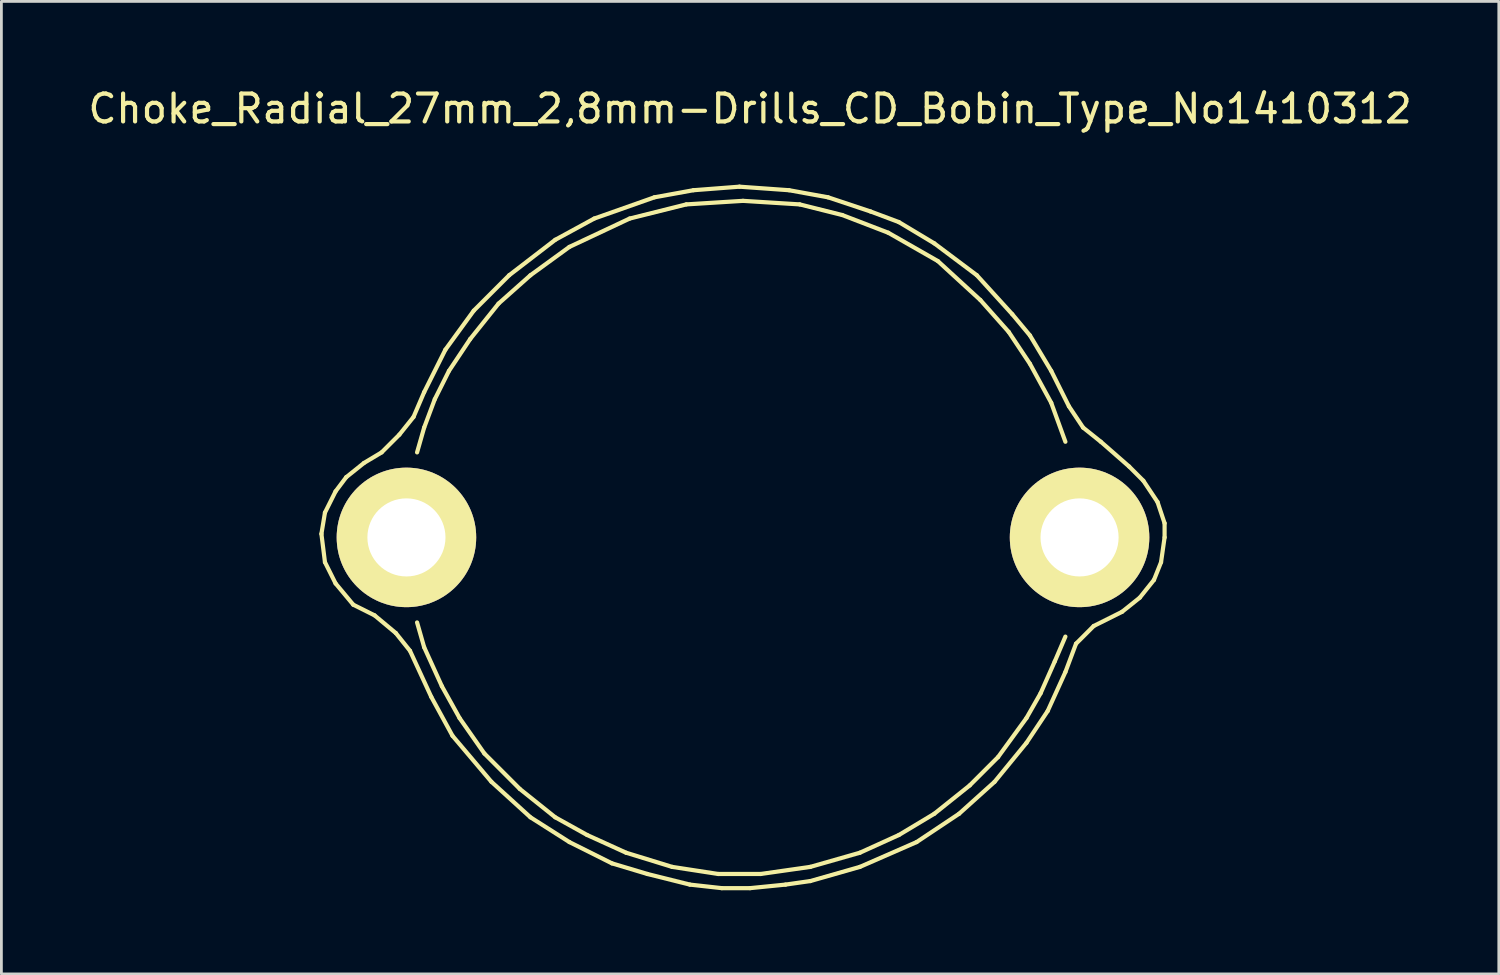
<source format=kicad_pcb>
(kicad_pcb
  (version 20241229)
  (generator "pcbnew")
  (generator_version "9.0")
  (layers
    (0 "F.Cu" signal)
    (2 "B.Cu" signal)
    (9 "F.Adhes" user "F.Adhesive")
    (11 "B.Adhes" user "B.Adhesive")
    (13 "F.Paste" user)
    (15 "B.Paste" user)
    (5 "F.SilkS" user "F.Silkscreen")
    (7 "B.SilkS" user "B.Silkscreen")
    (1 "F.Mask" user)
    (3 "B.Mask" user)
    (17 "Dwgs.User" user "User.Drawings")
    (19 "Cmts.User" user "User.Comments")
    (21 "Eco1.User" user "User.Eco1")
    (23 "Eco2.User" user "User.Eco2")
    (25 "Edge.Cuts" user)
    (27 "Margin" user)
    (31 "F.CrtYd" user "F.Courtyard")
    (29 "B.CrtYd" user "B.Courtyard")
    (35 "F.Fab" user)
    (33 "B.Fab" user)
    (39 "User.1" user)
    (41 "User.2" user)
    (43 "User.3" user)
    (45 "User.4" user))
  (footprint "Choke_Radial_27mm_2,8mm-Drills_CD_Bobin_Type_No1410312"
    (layer "F.Cu")
    (at 23.585 16.215)
    (property "Reference" "Choke_Radial_27mm_2,8mm-Drills_CD_Bobin_Type_No1410312" (at 0.254 -15.367 0) (layer "F.SilkS") (effects (font (size 1 1) (thickness 0.15))))
    (attr through_hole)
    (fp_line (start -15.113 -0.127) (end -14.986 -0.889) (stroke (width 0.15) (type solid)) (layer "F.SilkS"))
    (fp_line (start -14.986 -0.889) (end -14.605 -1.651) (stroke (width 0.15) (type solid)) (layer "F.SilkS"))
    (fp_line (start -14.986 0.889) (end -15.113 -0.127) (stroke (width 0.15) (type solid)) (layer "F.SilkS"))
    (fp_line (start -14.605 -1.651) (end -14.224 -2.159) (stroke (width 0.15) (type solid)) (layer "F.SilkS"))
    (fp_line (start -14.605 1.651) (end -14.986 0.889) (stroke (width 0.15) (type solid)) (layer "F.SilkS"))
    (fp_line (start -14.224 -2.159) (end -13.589 -2.667) (stroke (width 0.15) (type solid)) (layer "F.SilkS"))
    (fp_line (start -13.97 2.413) (end -14.605 1.651) (stroke (width 0.15) (type solid)) (layer "F.SilkS"))
    (fp_line (start -13.589 -2.667) (end -12.954 -3.048) (stroke (width 0.15) (type solid)) (layer "F.SilkS"))
    (fp_line (start -13.208 2.794) (end -13.97 2.413) (stroke (width 0.15) (type solid)) (layer "F.SilkS"))
    (fp_line (start -12.954 -3.048) (end -12.319 -3.683) (stroke (width 0.15) (type solid)) (layer "F.SilkS"))
    (fp_line (start -12.446 3.429) (end -13.208 2.794) (stroke (width 0.15) (type solid)) (layer "F.SilkS"))
    (fp_line (start -12.319 -3.683) (end -11.811 -4.318) (stroke (width 0.15) (type solid)) (layer "F.SilkS"))
    (fp_line (start -11.938 4.064) (end -12.446 3.429) (stroke (width 0.15) (type solid)) (layer "F.SilkS"))
    (fp_line (start -11.811 -4.318) (end -11.43 -5.207) (stroke (width 0.15) (type solid)) (layer "F.SilkS"))
    (fp_line (start -11.684 -3.048) (end -11.43 -3.937) (stroke (width 0.15) (type solid)) (layer "F.SilkS"))
    (fp_line (start -11.43 -5.207) (end -10.668 -6.731) (stroke (width 0.15) (type solid)) (layer "F.SilkS"))
    (fp_line (start -11.43 -3.937) (end -11.049 -4.953) (stroke (width 0.15) (type solid)) (layer "F.SilkS"))
    (fp_line (start -11.43 3.937) (end -11.684 3.048) (stroke (width 0.15) (type solid)) (layer "F.SilkS"))
    (fp_line (start -11.176 5.715) (end -11.938 4.064) (stroke (width 0.15) (type solid)) (layer "F.SilkS"))
    (fp_line (start -11.049 -4.953) (end -10.541 -5.969) (stroke (width 0.15) (type solid)) (layer "F.SilkS"))
    (fp_line (start -10.795 5.334) (end -11.43 3.937) (stroke (width 0.15) (type solid)) (layer "F.SilkS"))
    (fp_line (start -10.668 -6.731) (end -9.652 -8.128) (stroke (width 0.15) (type solid)) (layer "F.SilkS"))
    (fp_line (start -10.541 -5.969) (end -9.779 -7.112) (stroke (width 0.15) (type solid)) (layer "F.SilkS"))
    (fp_line (start -10.414 7.112) (end -11.176 5.715) (stroke (width 0.15) (type solid)) (layer "F.SilkS"))
    (fp_line (start -10.16 6.477) (end -10.795 5.334) (stroke (width 0.15) (type solid)) (layer "F.SilkS"))
    (fp_line (start -9.779 -7.112) (end -8.763 -8.382) (stroke (width 0.15) (type solid)) (layer "F.SilkS"))
    (fp_line (start -9.652 -8.128) (end -8.382 -9.398) (stroke (width 0.15) (type solid)) (layer "F.SilkS"))
    (fp_line (start -9.271 7.747) (end -10.16 6.477) (stroke (width 0.15) (type solid)) (layer "F.SilkS"))
    (fp_line (start -9.017 8.763) (end -10.414 7.112) (stroke (width 0.15) (type solid)) (layer "F.SilkS"))
    (fp_line (start -8.763 -8.382) (end -7.62 -9.398) (stroke (width 0.15) (type solid)) (layer "F.SilkS"))
    (fp_line (start -8.382 -9.398) (end -6.731 -10.668) (stroke (width 0.15) (type solid)) (layer "F.SilkS"))
    (fp_line (start -8.001 9.017) (end -9.271 7.747) (stroke (width 0.15) (type solid)) (layer "F.SilkS"))
    (fp_line (start -7.62 -9.398) (end -6.223 -10.414) (stroke (width 0.15) (type solid)) (layer "F.SilkS"))
    (fp_line (start -7.62 10.033) (end -9.017 8.763) (stroke (width 0.15) (type solid)) (layer "F.SilkS"))
    (fp_line (start -6.731 -10.668) (end -5.334 -11.43) (stroke (width 0.15) (type solid)) (layer "F.SilkS"))
    (fp_line (start -6.731 10.033) (end -8.001 9.017) (stroke (width 0.15) (type solid)) (layer "F.SilkS"))
    (fp_line (start -6.223 -10.414) (end -4.064 -11.43) (stroke (width 0.15) (type solid)) (layer "F.SilkS"))
    (fp_line (start -6.223 10.922) (end -7.62 10.033) (stroke (width 0.15) (type solid)) (layer "F.SilkS"))
    (fp_line (start -5.588 10.668) (end -6.731 10.033) (stroke (width 0.15) (type solid)) (layer "F.SilkS"))
    (fp_line (start -5.334 -11.43) (end -3.175 -12.192) (stroke (width 0.15) (type solid)) (layer "F.SilkS"))
    (fp_line (start -4.699 11.684) (end -6.223 10.922) (stroke (width 0.15) (type solid)) (layer "F.SilkS"))
    (fp_line (start -4.191 11.303) (end -5.588 10.668) (stroke (width 0.15) (type solid)) (layer "F.SilkS"))
    (fp_line (start -4.064 -11.43) (end -2.032 -11.938) (stroke (width 0.15) (type solid)) (layer "F.SilkS"))
    (fp_line (start -3.429 12.065) (end -4.699 11.684) (stroke (width 0.15) (type solid)) (layer "F.SilkS"))
    (fp_line (start -3.175 -12.192) (end -1.778 -12.446) (stroke (width 0.15) (type solid)) (layer "F.SilkS"))
    (fp_line (start -2.54 11.811) (end -4.191 11.303) (stroke (width 0.15) (type solid)) (layer "F.SilkS"))
    (fp_line (start -2.032 -11.938) (end 0 -12.065) (stroke (width 0.15) (type solid)) (layer "F.SilkS"))
    (fp_line (start -1.905 12.446) (end -3.429 12.065) (stroke (width 0.15) (type solid)) (layer "F.SilkS"))
    (fp_line (start -1.778 -12.446) (end -0.127 -12.573) (stroke (width 0.15) (type solid)) (layer "F.SilkS"))
    (fp_line (start -0.889 12.065) (end -2.54 11.811) (stroke (width 0.15) (type solid)) (layer "F.SilkS"))
    (fp_line (start -0.762 12.573) (end -1.905 12.446) (stroke (width 0.15) (type solid)) (layer "F.SilkS"))
    (fp_line (start -0.127 -12.573) (end 1.651 -12.446) (stroke (width 0.15) (type solid)) (layer "F.SilkS"))
    (fp_line (start 0 -12.065) (end 2.032 -11.938) (stroke (width 0.15) (type solid)) (layer "F.SilkS"))
    (fp_line (start 0.254 12.573) (end -0.762 12.573) (stroke (width 0.15) (type solid)) (layer "F.SilkS"))
    (fp_line (start 0.635 12.065) (end -0.889 12.065) (stroke (width 0.15) (type solid)) (layer "F.SilkS"))
    (fp_line (start 1.524 12.446) (end 0.254 12.573) (stroke (width 0.15) (type solid)) (layer "F.SilkS"))
    (fp_line (start 1.651 -12.446) (end 3.048 -12.192) (stroke (width 0.15) (type solid)) (layer "F.SilkS"))
    (fp_line (start 2.032 -11.938) (end 3.556 -11.557) (stroke (width 0.15) (type solid)) (layer "F.SilkS"))
    (fp_line (start 2.413 11.811) (end 0.635 12.065) (stroke (width 0.15) (type solid)) (layer "F.SilkS"))
    (fp_line (start 2.413 12.319) (end 1.524 12.446) (stroke (width 0.15) (type solid)) (layer "F.SilkS"))
    (fp_line (start 3.048 -12.192) (end 4.572 -11.684) (stroke (width 0.15) (type solid)) (layer "F.SilkS"))
    (fp_line (start 3.556 -11.557) (end 5.207 -10.922) (stroke (width 0.15) (type solid)) (layer "F.SilkS"))
    (fp_line (start 4.191 11.303) (end 2.413 11.811) (stroke (width 0.15) (type solid)) (layer "F.SilkS"))
    (fp_line (start 4.191 11.811) (end 2.413 12.319) (stroke (width 0.15) (type solid)) (layer "F.SilkS"))
    (fp_line (start 4.572 -11.684) (end 5.588 -11.303) (stroke (width 0.15) (type solid)) (layer "F.SilkS"))
    (fp_line (start 5.207 -10.922) (end 6.985 -9.906) (stroke (width 0.15) (type solid)) (layer "F.SilkS"))
    (fp_line (start 5.588 -11.303) (end 6.858 -10.541) (stroke (width 0.15) (type solid)) (layer "F.SilkS"))
    (fp_line (start 5.588 10.668) (end 4.191 11.303) (stroke (width 0.15) (type solid)) (layer "F.SilkS"))
    (fp_line (start 6.223 10.922) (end 4.191 11.811) (stroke (width 0.15) (type solid)) (layer "F.SilkS"))
    (fp_line (start 6.858 -10.541) (end 8.382 -9.398) (stroke (width 0.15) (type solid)) (layer "F.SilkS"))
    (fp_line (start 6.858 9.906) (end 5.588 10.668) (stroke (width 0.15) (type solid)) (layer "F.SilkS"))
    (fp_line (start 6.985 -9.906) (end 8.509 -8.509) (stroke (width 0.15) (type solid)) (layer "F.SilkS"))
    (fp_line (start 7.747 9.906) (end 6.223 10.922) (stroke (width 0.15) (type solid)) (layer "F.SilkS"))
    (fp_line (start 8.128 8.89) (end 6.858 9.906) (stroke (width 0.15) (type solid)) (layer "F.SilkS"))
    (fp_line (start 8.382 -9.398) (end 9.652 -8.001) (stroke (width 0.15) (type solid)) (layer "F.SilkS"))
    (fp_line (start 8.509 -8.509) (end 9.525 -7.366) (stroke (width 0.15) (type solid)) (layer "F.SilkS"))
    (fp_line (start 9.017 8.763) (end 7.747 9.906) (stroke (width 0.15) (type solid)) (layer "F.SilkS"))
    (fp_line (start 9.144 7.874) (end 8.128 8.89) (stroke (width 0.15) (type solid)) (layer "F.SilkS"))
    (fp_line (start 9.525 -7.366) (end 10.287 -6.223) (stroke (width 0.15) (type solid)) (layer "F.SilkS"))
    (fp_line (start 9.652 -8.001) (end 10.287 -7.239) (stroke (width 0.15) (type solid)) (layer "F.SilkS"))
    (fp_line (start 10.16 6.477) (end 9.144 7.874) (stroke (width 0.15) (type solid)) (layer "F.SilkS"))
    (fp_line (start 10.16 7.366) (end 9.017 8.763) (stroke (width 0.15) (type solid)) (layer "F.SilkS"))
    (fp_line (start 10.287 -7.239) (end 11.049 -5.969) (stroke (width 0.15) (type solid)) (layer "F.SilkS"))
    (fp_line (start 10.287 -6.223) (end 11.049 -4.826) (stroke (width 0.15) (type solid)) (layer "F.SilkS"))
    (fp_line (start 10.668 5.588) (end 10.16 6.477) (stroke (width 0.15) (type solid)) (layer "F.SilkS"))
    (fp_line (start 10.922 6.223) (end 10.16 7.366) (stroke (width 0.15) (type solid)) (layer "F.SilkS"))
    (fp_line (start 11.049 -5.969) (end 11.684 -4.699) (stroke (width 0.15) (type solid)) (layer "F.SilkS"))
    (fp_line (start 11.049 -4.826) (end 11.557 -3.429) (stroke (width 0.15) (type solid)) (layer "F.SilkS"))
    (fp_line (start 11.176 4.445) (end 10.668 5.588) (stroke (width 0.15) (type solid)) (layer "F.SilkS"))
    (fp_line (start 11.557 3.556) (end 11.176 4.445) (stroke (width 0.15) (type solid)) (layer "F.SilkS"))
    (fp_line (start 11.557 4.826) (end 10.922 6.223) (stroke (width 0.15) (type solid)) (layer "F.SilkS"))
    (fp_line (start 11.684 -4.699) (end 12.192 -3.937) (stroke (width 0.15) (type solid)) (layer "F.SilkS"))
    (fp_line (start 11.938 3.81) (end 11.557 4.826) (stroke (width 0.15) (type solid)) (layer "F.SilkS"))
    (fp_line (start 12.192 -3.937) (end 12.827 -3.429) (stroke (width 0.15) (type solid)) (layer "F.SilkS"))
    (fp_line (start 12.573 3.175) (end 11.938 3.81) (stroke (width 0.15) (type solid)) (layer "F.SilkS"))
    (fp_line (start 12.827 -3.429) (end 13.843 -2.54) (stroke (width 0.15) (type solid)) (layer "F.SilkS"))
    (fp_line (start 13.589 2.667) (end 12.573 3.175) (stroke (width 0.15) (type solid)) (layer "F.SilkS"))
    (fp_line (start 13.843 -2.54) (end 14.351 -2.032) (stroke (width 0.15) (type solid)) (layer "F.SilkS"))
    (fp_line (start 14.224 2.159) (end 13.589 2.667) (stroke (width 0.15) (type solid)) (layer "F.SilkS"))
    (fp_line (start 14.351 -2.032) (end 14.859 -1.27) (stroke (width 0.15) (type solid)) (layer "F.SilkS"))
    (fp_line (start 14.732 1.524) (end 14.224 2.159) (stroke (width 0.15) (type solid)) (layer "F.SilkS"))
    (fp_line (start 14.859 -1.27) (end 15.113 -0.508) (stroke (width 0.15) (type solid)) (layer "F.SilkS"))
    (fp_line (start 14.986 0.889) (end 14.732 1.524) (stroke (width 0.15) (type solid)) (layer "F.SilkS"))
    (fp_line (start 15.113 -0.508) (end 15.113 0) (stroke (width 0.15) (type solid)) (layer "F.SilkS"))
    (fp_line (start 15.113 0) (end 14.986 0.889) (stroke (width 0.15) (type solid)) (layer "F.SilkS"))
    (pad "1" thru_hole circle (at 12.065 0) (size 5.001 5.001) (drill 2.799) (layers "*.Cu" "*.Mask" "F.SilkS"))
    (pad "2" thru_hole circle (at -12.065 0) (size 5.001 5.001) (drill 2.799) (layers "*.Cu" "*.Mask" "F.SilkS")))
  (gr_rect
    (start -3 -3)
    (end 50.679 31.863)
    (stroke (width 0.1) (type default))
    (fill no)
    (layer "Edge.Cuts")))
</source>
